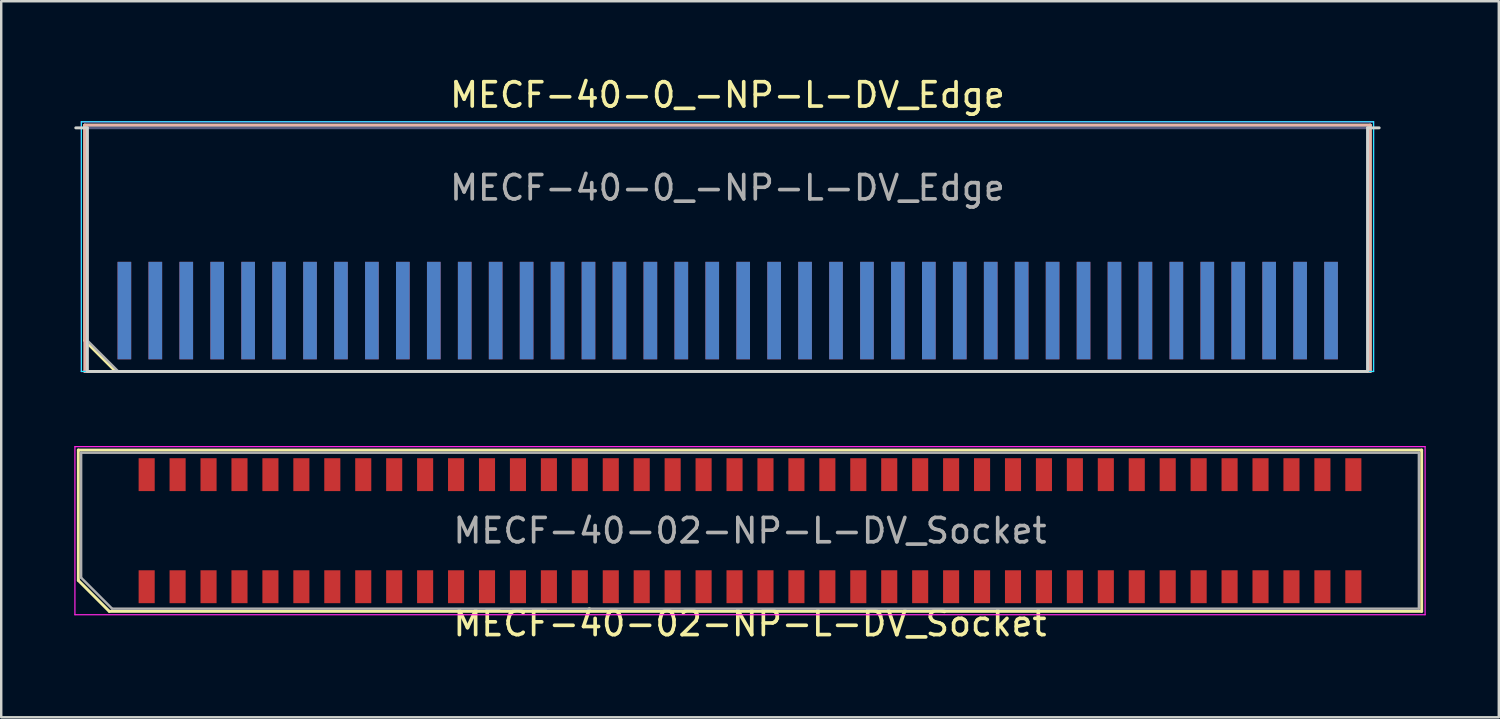
<source format=kicad_pcb>
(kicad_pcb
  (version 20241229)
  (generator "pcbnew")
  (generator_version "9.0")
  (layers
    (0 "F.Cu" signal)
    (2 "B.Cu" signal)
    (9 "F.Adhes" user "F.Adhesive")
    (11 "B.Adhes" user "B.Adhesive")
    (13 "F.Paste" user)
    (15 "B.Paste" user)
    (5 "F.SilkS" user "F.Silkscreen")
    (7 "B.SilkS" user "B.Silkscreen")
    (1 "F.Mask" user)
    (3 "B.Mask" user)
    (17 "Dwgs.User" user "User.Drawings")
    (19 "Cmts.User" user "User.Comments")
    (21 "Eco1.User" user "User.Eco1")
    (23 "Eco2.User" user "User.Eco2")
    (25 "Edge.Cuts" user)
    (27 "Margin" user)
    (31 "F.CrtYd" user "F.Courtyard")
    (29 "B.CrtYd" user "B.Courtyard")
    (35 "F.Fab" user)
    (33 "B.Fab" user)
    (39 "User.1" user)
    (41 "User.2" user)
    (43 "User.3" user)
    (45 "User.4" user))
  (footprint "MECF-40-02-NP-L-DV_Socket"
    (layer "F.Cu")
    (at 27.735 18.733)
    (property "Reference" "MECF-40-02-NP-L-DV_Socket" (at 0 3.81 0) (layer "F.SilkS") (effects (font (size 1 1) (thickness 0.15))))
    (attr smd)
    (fp_line (start -27.57 -3.31) (end 27.57 -3.31) (stroke (width 0.12) (type solid)) (layer "F.SilkS"))
    (fp_line (start -27.57 2.04) (end -27.57 -3.31) (stroke (width 0.12) (type solid)) (layer "F.SilkS"))
    (fp_line (start -26.3 3.31) (end -27.57 2.04) (stroke (width 0.12) (type solid)) (layer "F.SilkS"))
    (fp_line (start -26.3 3.31) (end 27.57 3.31) (stroke (width 0.12) (type solid)) (layer "F.SilkS"))
    (fp_line (start 27.57 3.31) (end 27.57 -3.31) (stroke (width 0.12) (type solid)) (layer "F.SilkS"))
    (fp_line (start -27.71 -3.45) (end -27.71 3.45) (stroke (width 0.05) (type solid)) (layer "F.CrtYd"))
    (fp_line (start -27.71 3.45) (end 27.71 3.45) (stroke (width 0.05) (type solid)) (layer "F.CrtYd"))
    (fp_line (start 27.71 -3.45) (end -27.71 -3.45) (stroke (width 0.05) (type solid)) (layer "F.CrtYd"))
    (fp_line (start 27.71 3.45) (end 27.71 -3.45) (stroke (width 0.05) (type solid)) (layer "F.CrtYd"))
    (fp_line (start -27.455 -3.2) (end 27.455 -3.2) (stroke (width 0.1) (type solid)) (layer "F.Fab"))
    (fp_line (start -27.455 1.93) (end -27.455 -3.2) (stroke (width 0.1) (type solid)) (layer "F.Fab"))
    (fp_line (start -27.455 1.93) (end -26.185 3.2) (stroke (width 0.1) (type solid)) (layer "F.Fab"))
    (fp_line (start -26.185 3.2) (end 27.455 3.2) (stroke (width 0.1) (type solid)) (layer "F.Fab"))
    (fp_line (start 27.455 3.2) (end 27.455 -3.2) (stroke (width 0.1) (type solid)) (layer "F.Fab"))
    (fp_text user "${REFERENCE}" (at 0 0 0) (layer "F.Fab") (effects (font (size 1 1) (thickness 0.15))))
    (pad "" np_thru_hole circle (at -26.545 0) (size 0.001 0.001) (drill 1.45) (layers "*.Cu" "*.Mask"))
    (pad "" np_thru_hole circle (at 26.545 1) (size 0.001 0.001) (drill 1.45) (layers "*.Cu" "*.Mask"))
    (pad "1" smd rect (at -24.765 2.3) (size 0.66 1.35) (layers "F.Cu" "F.Mask" "F.Paste"))
    (pad "2" smd rect (at -24.765 -2.3) (size 0.66 1.35) (layers "F.Cu" "F.Mask" "F.Paste"))
    (pad "3" smd rect (at -23.495 2.3) (size 0.66 1.35) (layers "F.Cu" "F.Mask" "F.Paste"))
    (pad "4" smd rect (at -23.495 -2.3) (size 0.66 1.35) (layers "F.Cu" "F.Mask" "F.Paste"))
    (pad "5" smd rect (at -22.225 2.3) (size 0.66 1.35) (layers "F.Cu" "F.Mask" "F.Paste"))
    (pad "6" smd rect (at -22.225 -2.3) (size 0.66 1.35) (layers "F.Cu" "F.Mask" "F.Paste"))
    (pad "7" smd rect (at -20.955 2.3) (size 0.66 1.35) (layers "F.Cu" "F.Mask" "F.Paste"))
    (pad "8" smd rect (at -20.955 -2.3) (size 0.66 1.35) (layers "F.Cu" "F.Mask" "F.Paste"))
    (pad "9" smd rect (at -19.685 2.3) (size 0.66 1.35) (layers "F.Cu" "F.Mask" "F.Paste"))
    (pad "10" smd rect (at -19.685 -2.3) (size 0.66 1.35) (layers "F.Cu" "F.Mask" "F.Paste"))
    (pad "11" smd rect (at -18.415 2.3) (size 0.66 1.35) (layers "F.Cu" "F.Mask" "F.Paste"))
    (pad "12" smd rect (at -18.415 -2.3) (size 0.66 1.35) (layers "F.Cu" "F.Mask" "F.Paste"))
    (pad "13" smd rect (at -17.145 2.3) (size 0.66 1.35) (layers "F.Cu" "F.Mask" "F.Paste"))
    (pad "14" smd rect (at -17.145 -2.3) (size 0.66 1.35) (layers "F.Cu" "F.Mask" "F.Paste"))
    (pad "15" smd rect (at -15.875 2.3) (size 0.66 1.35) (layers "F.Cu" "F.Mask" "F.Paste"))
    (pad "16" smd rect (at -15.875 -2.3) (size 0.66 1.35) (layers "F.Cu" "F.Mask" "F.Paste"))
    (pad "17" smd rect (at -14.605 2.3) (size 0.66 1.35) (layers "F.Cu" "F.Mask" "F.Paste"))
    (pad "18" smd rect (at -14.605 -2.3) (size 0.66 1.35) (layers "F.Cu" "F.Mask" "F.Paste"))
    (pad "19" smd rect (at -13.335 2.3) (size 0.66 1.35) (layers "F.Cu" "F.Mask" "F.Paste"))
    (pad "20" smd rect (at -13.335 -2.3) (size 0.66 1.35) (layers "F.Cu" "F.Mask" "F.Paste"))
    (pad "21" smd rect (at -12.065 2.3) (size 0.66 1.35) (layers "F.Cu" "F.Mask" "F.Paste"))
    (pad "22" smd rect (at -12.065 -2.3) (size 0.66 1.35) (layers "F.Cu" "F.Mask" "F.Paste"))
    (pad "23" smd rect (at -10.795 2.3) (size 0.66 1.35) (layers "F.Cu" "F.Mask" "F.Paste"))
    (pad "24" smd rect (at -10.795 -2.3) (size 0.66 1.35) (layers "F.Cu" "F.Mask" "F.Paste"))
    (pad "25" smd rect (at -9.525 2.3) (size 0.66 1.35) (layers "F.Cu" "F.Mask" "F.Paste"))
    (pad "26" smd rect (at -9.525 -2.3) (size 0.66 1.35) (layers "F.Cu" "F.Mask" "F.Paste"))
    (pad "27" smd rect (at -8.255 2.3) (size 0.66 1.35) (layers "F.Cu" "F.Mask" "F.Paste"))
    (pad "28" smd rect (at -8.255 -2.3) (size 0.66 1.35) (layers "F.Cu" "F.Mask" "F.Paste"))
    (pad "29" smd rect (at -6.985 2.3) (size 0.66 1.35) (layers "F.Cu" "F.Mask" "F.Paste"))
    (pad "30" smd rect (at -6.985 -2.3) (size 0.66 1.35) (layers "F.Cu" "F.Mask" "F.Paste"))
    (pad "31" smd rect (at -5.715 2.3) (size 0.66 1.35) (layers "F.Cu" "F.Mask" "F.Paste"))
    (pad "32" smd rect (at -5.715 -2.3) (size 0.66 1.35) (layers "F.Cu" "F.Mask" "F.Paste"))
    (pad "33" smd rect (at -4.445 2.3) (size 0.66 1.35) (layers "F.Cu" "F.Mask" "F.Paste"))
    (pad "34" smd rect (at -4.445 -2.3) (size 0.66 1.35) (layers "F.Cu" "F.Mask" "F.Paste"))
    (pad "35" smd rect (at -3.175 2.3) (size 0.66 1.35) (layers "F.Cu" "F.Mask" "F.Paste"))
    (pad "36" smd rect (at -3.175 -2.3) (size 0.66 1.35) (layers "F.Cu" "F.Mask" "F.Paste"))
    (pad "37" smd rect (at -1.905 2.3) (size 0.66 1.35) (layers "F.Cu" "F.Mask" "F.Paste"))
    (pad "38" smd rect (at -1.905 -2.3) (size 0.66 1.35) (layers "F.Cu" "F.Mask" "F.Paste"))
    (pad "39" smd rect (at -0.635 2.3) (size 0.66 1.35) (layers "F.Cu" "F.Mask" "F.Paste"))
    (pad "40" smd rect (at -0.635 -2.3) (size 0.66 1.35) (layers "F.Cu" "F.Mask" "F.Paste"))
    (pad "41" smd rect (at 0.635 2.3) (size 0.66 1.35) (layers "F.Cu" "F.Mask" "F.Paste"))
    (pad "42" smd rect (at 0.635 -2.3) (size 0.66 1.35) (layers "F.Cu" "F.Mask" "F.Paste"))
    (pad "43" smd rect (at 1.905 2.3) (size 0.66 1.35) (layers "F.Cu" "F.Mask" "F.Paste"))
    (pad "44" smd rect (at 1.905 -2.3) (size 0.66 1.35) (layers "F.Cu" "F.Mask" "F.Paste"))
    (pad "45" smd rect (at 3.175 2.3) (size 0.66 1.35) (layers "F.Cu" "F.Mask" "F.Paste"))
    (pad "46" smd rect (at 3.175 -2.3) (size 0.66 1.35) (layers "F.Cu" "F.Mask" "F.Paste"))
    (pad "47" smd rect (at 4.445 2.3) (size 0.66 1.35) (layers "F.Cu" "F.Mask" "F.Paste"))
    (pad "48" smd rect (at 4.445 -2.3) (size 0.66 1.35) (layers "F.Cu" "F.Mask" "F.Paste"))
    (pad "49" smd rect (at 5.715 2.3) (size 0.66 1.35) (layers "F.Cu" "F.Mask" "F.Paste"))
    (pad "50" smd rect (at 5.715 -2.3) (size 0.66 1.35) (layers "F.Cu" "F.Mask" "F.Paste"))
    (pad "51" smd rect (at 6.985 2.3) (size 0.66 1.35) (layers "F.Cu" "F.Mask" "F.Paste"))
    (pad "52" smd rect (at 6.985 -2.3) (size 0.66 1.35) (layers "F.Cu" "F.Mask" "F.Paste"))
    (pad "53" smd rect (at 8.255 2.3) (size 0.66 1.35) (layers "F.Cu" "F.Mask" "F.Paste"))
    (pad "54" smd rect (at 8.255 -2.3) (size 0.66 1.35) (layers "F.Cu" "F.Mask" "F.Paste"))
    (pad "55" smd rect (at 9.525 2.3) (size 0.66 1.35) (layers "F.Cu" "F.Mask" "F.Paste"))
    (pad "56" smd rect (at 9.525 -2.3) (size 0.66 1.35) (layers "F.Cu" "F.Mask" "F.Paste"))
    (pad "57" smd rect (at 10.795 2.3) (size 0.66 1.35) (layers "F.Cu" "F.Mask" "F.Paste"))
    (pad "58" smd rect (at 10.795 -2.3) (size 0.66 1.35) (layers "F.Cu" "F.Mask" "F.Paste"))
    (pad "59" smd rect (at 12.065 2.3) (size 0.66 1.35) (layers "F.Cu" "F.Mask" "F.Paste"))
    (pad "60" smd rect (at 12.065 -2.3) (size 0.66 1.35) (layers "F.Cu" "F.Mask" "F.Paste"))
    (pad "61" smd rect (at 13.335 2.3) (size 0.66 1.35) (layers "F.Cu" "F.Mask" "F.Paste"))
    (pad "62" smd rect (at 13.335 -2.3) (size 0.66 1.35) (layers "F.Cu" "F.Mask" "F.Paste"))
    (pad "63" smd rect (at 14.605 2.3) (size 0.66 1.35) (layers "F.Cu" "F.Mask" "F.Paste"))
    (pad "64" smd rect (at 14.605 -2.3) (size 0.66 1.35) (layers "F.Cu" "F.Mask" "F.Paste"))
    (pad "65" smd rect (at 15.875 2.3) (size 0.66 1.35) (layers "F.Cu" "F.Mask" "F.Paste"))
    (pad "66" smd rect (at 15.875 -2.3) (size 0.66 1.35) (layers "F.Cu" "F.Mask" "F.Paste"))
    (pad "67" smd rect (at 17.145 2.3) (size 0.66 1.35) (layers "F.Cu" "F.Mask" "F.Paste"))
    (pad "68" smd rect (at 17.145 -2.3) (size 0.66 1.35) (layers "F.Cu" "F.Mask" "F.Paste"))
    (pad "69" smd rect (at 18.415 2.3) (size 0.66 1.35) (layers "F.Cu" "F.Mask" "F.Paste"))
    (pad "70" smd rect (at 18.415 -2.3) (size 0.66 1.35) (layers "F.Cu" "F.Mask" "F.Paste"))
    (pad "71" smd rect (at 19.685 2.3) (size 0.66 1.35) (layers "F.Cu" "F.Mask" "F.Paste"))
    (pad "72" smd rect (at 19.685 -2.3) (size 0.66 1.35) (layers "F.Cu" "F.Mask" "F.Paste"))
    (pad "73" smd rect (at 20.955 2.3) (size 0.66 1.35) (layers "F.Cu" "F.Mask" "F.Paste"))
    (pad "74" smd rect (at 20.955 -2.3) (size 0.66 1.35) (layers "F.Cu" "F.Mask" "F.Paste"))
    (pad "75" smd rect (at 22.225 2.3) (size 0.66 1.35) (layers "F.Cu" "F.Mask" "F.Paste"))
    (pad "76" smd rect (at 22.225 -2.3) (size 0.66 1.35) (layers "F.Cu" "F.Mask" "F.Paste"))
    (pad "77" smd rect (at 23.495 2.3) (size 0.66 1.35) (layers "F.Cu" "F.Mask" "F.Paste"))
    (pad "78" smd rect (at 23.495 -2.3) (size 0.66 1.35) (layers "F.Cu" "F.Mask" "F.Paste"))
    (pad "79" smd rect (at 24.765 2.3) (size 0.66 1.35) (layers "F.Cu" "F.Mask" "F.Paste"))
    (pad "80" smd rect (at 24.765 -2.3) (size 0.66 1.35) (layers "F.Cu" "F.Mask" "F.Paste")))
  (footprint "MECF-40-0_-NP-L-DV_Edge"
    (layer "F.Cu")
    (at 26.81 7.198)
    (property "Reference" "MECF-40-0_-NP-L-DV_Edge" (at 0 -6.35 0) (layer "F.SilkS") (effects (font (size 1 1) (thickness 0.15))))
    (attr exclude_from_pos_files exclude_from_bom)
    (fp_line (start -26.38 -5.11) (end 26.38 -5.11) (stroke (width 0.12) (type solid)) (layer "F.SilkS"))
    (fp_line (start -26.38 3.73) (end -26.38 -5.11) (stroke (width 0.12) (type solid)) (layer "F.SilkS"))
    (fp_line (start -25.11 5) (end -26.38 3.73) (stroke (width 0.12) (type solid)) (layer "F.SilkS"))
    (fp_line (start -25.11 5) (end 26.38 5) (stroke (width 0.12) (type solid)) (layer "F.SilkS"))
    (fp_line (start 26.38 5) (end 26.38 -5.11) (stroke (width 0.12) (type solid)) (layer "F.SilkS"))
    (fp_line (start -26.38 -5.11) (end 26.38 -5.11) (stroke (width 0.12) (type solid)) (layer "B.SilkS"))
    (fp_line (start -26.38 5) (end -26.38 -5.11) (stroke (width 0.12) (type solid)) (layer "B.SilkS"))
    (fp_line (start -26.38 5) (end 26.38 5) (stroke (width 0.12) (type solid)) (layer "B.SilkS"))
    (fp_line (start 26.38 5) (end 26.38 -5.11) (stroke (width 0.12) (type solid)) (layer "B.SilkS"))
    (fp_line (start -26.75 -5) (end -26.275 -5) (stroke (width 0.12) (type solid)) (layer "Edge.Cuts"))
    (fp_line (start -26.275 5) (end -26.275 -5) (stroke (width 0.12) (type solid)) (layer "Edge.Cuts"))
    (fp_line (start -26.275 5) (end 26.275 5) (stroke (width 0.12) (type solid)) (layer "Edge.Cuts"))
    (fp_line (start 26.275 5) (end 26.275 -5) (stroke (width 0.12) (type solid)) (layer "Edge.Cuts"))
    (fp_line (start 26.75 -5) (end 26.275 -5) (stroke (width 0.12) (type solid)) (layer "Edge.Cuts"))
    (fp_line (start -26.52 -5.25) (end -26.52 5) (stroke (width 0.05) (type solid)) (layer "B.CrtYd"))
    (fp_line (start -26.52 5) (end 26.52 5) (stroke (width 0.05) (type solid)) (layer "B.CrtYd"))
    (fp_line (start 26.52 -5.25) (end -26.52 -5.25) (stroke (width 0.05) (type solid)) (layer "B.CrtYd"))
    (fp_line (start 26.52 5) (end 26.52 -5.25) (stroke (width 0.05) (type solid)) (layer "B.CrtYd"))
    (fp_line (start -26.52 -5.25) (end -26.52 5) (stroke (width 0.05) (type solid)) (layer "F.CrtYd"))
    (fp_line (start -26.52 5) (end 26.52 5) (stroke (width 0.05) (type solid)) (layer "F.CrtYd"))
    (fp_line (start 26.52 -5.25) (end -26.52 -5.25) (stroke (width 0.05) (type solid)) (layer "F.CrtYd"))
    (fp_line (start 26.52 5) (end 26.52 -5.25) (stroke (width 0.05) (type solid)) (layer "F.CrtYd"))
    (fp_line (start -26.275 -5) (end 26.275 -5) (stroke (width 0.1) (type solid)) (layer "B.Fab"))
    (fp_line (start -26.275 5) (end -26.275 -5) (stroke (width 0.1) (type solid)) (layer "B.Fab"))
    (fp_line (start -26.275 5) (end 26.275 5) (stroke (width 0.1) (type solid)) (layer "B.Fab"))
    (fp_line (start 26.275 5) (end 26.275 -5) (stroke (width 0.1) (type solid)) (layer "B.Fab"))
    (fp_line (start -26.275 -5) (end 26.275 -5) (stroke (width 0.1) (type solid)) (layer "F.Fab"))
    (fp_line (start -26.275 3.73) (end -26.275 -5) (stroke (width 0.1) (type solid)) (layer "F.Fab"))
    (fp_line (start -26.275 3.73) (end -25.005 5) (stroke (width 0.1) (type solid)) (layer "F.Fab"))
    (fp_line (start -25.005 5) (end 26.275 5) (stroke (width 0.1) (type solid)) (layer "F.Fab"))
    (fp_line (start 26.275 5) (end 26.275 -5) (stroke (width 0.1) (type solid)) (layer "F.Fab"))
    (fp_text user "${REFERENCE}" (at 0 -2.54 0) (layer "F.Fab") (effects (font (size 1 1) (thickness 0.15))))
    (pad "1" smd rect (at -24.755 2.5) (size 0.56 4) (layers "F.Cu" "F.Mask" "F.Paste"))
    (pad "2" smd rect (at -24.755 2.5) (size 0.56 4) (layers "B.Cu" "B.Mask" "B.Paste"))
    (pad "3" smd rect (at -23.485 2.5) (size 0.56 4) (layers "F.Cu" "F.Mask" "F.Paste"))
    (pad "4" smd rect (at -23.485 2.5) (size 0.56 4) (layers "B.Cu" "B.Mask" "B.Paste"))
    (pad "5" smd rect (at -22.215 2.5) (size 0.56 4) (layers "F.Cu" "F.Mask" "F.Paste"))
    (pad "6" smd rect (at -22.215 2.5) (size 0.56 4) (layers "B.Cu" "B.Mask" "B.Paste"))
    (pad "7" smd rect (at -20.945 2.5) (size 0.56 4) (layers "F.Cu" "F.Mask" "F.Paste"))
    (pad "8" smd rect (at -20.945 2.5) (size 0.56 4) (layers "B.Cu" "B.Mask" "B.Paste"))
    (pad "9" smd rect (at -19.675 2.5) (size 0.56 4) (layers "F.Cu" "F.Mask" "F.Paste"))
    (pad "10" smd rect (at -19.675 2.5) (size 0.56 4) (layers "B.Cu" "B.Mask" "B.Paste"))
    (pad "11" smd rect (at -18.405 2.5) (size 0.56 4) (layers "F.Cu" "F.Mask" "F.Paste"))
    (pad "12" smd rect (at -18.405 2.5) (size 0.56 4) (layers "B.Cu" "B.Mask" "B.Paste"))
    (pad "13" smd rect (at -17.135 2.5) (size 0.56 4) (layers "F.Cu" "F.Mask" "F.Paste"))
    (pad "14" smd rect (at -17.135 2.5) (size 0.56 4) (layers "B.Cu" "B.Mask" "B.Paste"))
    (pad "15" smd rect (at -15.865 2.5) (size 0.56 4) (layers "F.Cu" "F.Mask" "F.Paste"))
    (pad "16" smd rect (at -15.865 2.5) (size 0.56 4) (layers "B.Cu" "B.Mask" "B.Paste"))
    (pad "17" smd rect (at -14.595 2.5) (size 0.56 4) (layers "F.Cu" "F.Mask" "F.Paste"))
    (pad "18" smd rect (at -14.595 2.5) (size 0.56 4) (layers "B.Cu" "B.Mask" "B.Paste"))
    (pad "19" smd rect (at -13.325 2.5) (size 0.56 4) (layers "F.Cu" "F.Mask" "F.Paste"))
    (pad "20" smd rect (at -13.325 2.5) (size 0.56 4) (layers "B.Cu" "B.Mask" "B.Paste"))
    (pad "21" smd rect (at -12.055 2.5) (size 0.56 4) (layers "F.Cu" "F.Mask" "F.Paste"))
    (pad "22" smd rect (at -12.055 2.5) (size 0.56 4) (layers "B.Cu" "B.Mask" "B.Paste"))
    (pad "23" smd rect (at -10.785 2.5) (size 0.56 4) (layers "F.Cu" "F.Mask" "F.Paste"))
    (pad "24" smd rect (at -10.785 2.5) (size 0.56 4) (layers "B.Cu" "B.Mask" "B.Paste"))
    (pad "25" smd rect (at -9.515 2.5) (size 0.56 4) (layers "F.Cu" "F.Mask" "F.Paste"))
    (pad "26" smd rect (at -9.515 2.5) (size 0.56 4) (layers "B.Cu" "B.Mask" "B.Paste"))
    (pad "27" smd rect (at -8.245 2.5) (size 0.56 4) (layers "F.Cu" "F.Mask" "F.Paste"))
    (pad "28" smd rect (at -8.245 2.5) (size 0.56 4) (layers "B.Cu" "B.Mask" "B.Paste"))
    (pad "29" smd rect (at -6.975 2.5) (size 0.56 4) (layers "F.Cu" "F.Mask" "F.Paste"))
    (pad "30" smd rect (at -6.975 2.5) (size 0.56 4) (layers "B.Cu" "B.Mask" "B.Paste"))
    (pad "31" smd rect (at -5.705 2.5) (size 0.56 4) (layers "F.Cu" "F.Mask" "F.Paste"))
    (pad "32" smd rect (at -5.705 2.5) (size 0.56 4) (layers "B.Cu" "B.Mask" "B.Paste"))
    (pad "33" smd rect (at -4.435 2.5) (size 0.56 4) (layers "F.Cu" "F.Mask" "F.Paste"))
    (pad "34" smd rect (at -4.435 2.5) (size 0.56 4) (layers "B.Cu" "B.Mask" "B.Paste"))
    (pad "35" smd rect (at -3.165 2.5) (size 0.56 4) (layers "F.Cu" "F.Mask" "F.Paste"))
    (pad "36" smd rect (at -3.165 2.5) (size 0.56 4) (layers "B.Cu" "B.Mask" "B.Paste"))
    (pad "37" smd rect (at -1.895 2.5) (size 0.56 4) (layers "F.Cu" "F.Mask" "F.Paste"))
    (pad "38" smd rect (at -1.895 2.5) (size 0.56 4) (layers "B.Cu" "B.Mask" "B.Paste"))
    (pad "39" smd rect (at -0.625 2.5) (size 0.56 4) (layers "F.Cu" "F.Mask" "F.Paste"))
    (pad "40" smd rect (at -0.625 2.5) (size 0.56 4) (layers "B.Cu" "B.Mask" "B.Paste"))
    (pad "41" smd rect (at 0.645 2.5) (size 0.56 4) (layers "F.Cu" "F.Mask" "F.Paste"))
    (pad "42" smd rect (at 0.645 2.5) (size 0.56 4) (layers "B.Cu" "B.Mask" "B.Paste"))
    (pad "43" smd rect (at 1.915 2.5) (size 0.56 4) (layers "F.Cu" "F.Mask" "F.Paste"))
    (pad "44" smd rect (at 1.915 2.5) (size 0.56 4) (layers "B.Cu" "B.Mask" "B.Paste"))
    (pad "45" smd rect (at 3.185 2.5) (size 0.56 4) (layers "F.Cu" "F.Mask" "F.Paste"))
    (pad "46" smd rect (at 3.185 2.5) (size 0.56 4) (layers "B.Cu" "B.Mask" "B.Paste"))
    (pad "47" smd rect (at 4.455 2.5) (size 0.56 4) (layers "F.Cu" "F.Mask" "F.Paste"))
    (pad "48" smd rect (at 4.455 2.5) (size 0.56 4) (layers "B.Cu" "B.Mask" "B.Paste"))
    (pad "49" smd rect (at 5.725 2.5) (size 0.56 4) (layers "F.Cu" "F.Mask" "F.Paste"))
    (pad "50" smd rect (at 5.725 2.5) (size 0.56 4) (layers "B.Cu" "B.Mask" "B.Paste"))
    (pad "51" smd rect (at 6.995 2.5) (size 0.56 4) (layers "F.Cu" "F.Mask" "F.Paste"))
    (pad "52" smd rect (at 6.995 2.5) (size 0.56 4) (layers "B.Cu" "B.Mask" "B.Paste"))
    (pad "53" smd rect (at 8.265 2.5) (size 0.56 4) (layers "F.Cu" "F.Mask" "F.Paste"))
    (pad "54" smd rect (at 8.265 2.5) (size 0.56 4) (layers "B.Cu" "B.Mask" "B.Paste"))
    (pad "55" smd rect (at 9.535 2.5) (size 0.56 4) (layers "F.Cu" "F.Mask" "F.Paste"))
    (pad "56" smd rect (at 9.535 2.5) (size 0.56 4) (layers "B.Cu" "B.Mask" "B.Paste"))
    (pad "57" smd rect (at 10.805 2.5) (size 0.56 4) (layers "F.Cu" "F.Mask" "F.Paste"))
    (pad "58" smd rect (at 10.805 2.5) (size 0.56 4) (layers "B.Cu" "B.Mask" "B.Paste"))
    (pad "59" smd rect (at 12.075 2.5) (size 0.56 4) (layers "F.Cu" "F.Mask" "F.Paste"))
    (pad "60" smd rect (at 12.075 2.5) (size 0.56 4) (layers "B.Cu" "B.Mask" "B.Paste"))
    (pad "61" smd rect (at 13.345 2.5) (size 0.56 4) (layers "F.Cu" "F.Mask" "F.Paste"))
    (pad "62" smd rect (at 13.345 2.5) (size 0.56 4) (layers "B.Cu" "B.Mask" "B.Paste"))
    (pad "63" smd rect (at 14.615 2.5) (size 0.56 4) (layers "F.Cu" "F.Mask" "F.Paste"))
    (pad "64" smd rect (at 14.615 2.5) (size 0.56 4) (layers "B.Cu" "B.Mask" "B.Paste"))
    (pad "65" smd rect (at 15.885 2.5) (size 0.56 4) (layers "F.Cu" "F.Mask" "F.Paste"))
    (pad "66" smd rect (at 15.885 2.5) (size 0.56 4) (layers "B.Cu" "B.Mask" "B.Paste"))
    (pad "67" smd rect (at 17.155 2.5) (size 0.56 4) (layers "F.Cu" "F.Mask" "F.Paste"))
    (pad "68" smd rect (at 17.155 2.5) (size 0.56 4) (layers "B.Cu" "B.Mask" "B.Paste"))
    (pad "69" smd rect (at 18.425 2.5) (size 0.56 4) (layers "F.Cu" "F.Mask" "F.Paste"))
    (pad "70" smd rect (at 18.425 2.5) (size 0.56 4) (layers "B.Cu" "B.Mask" "B.Paste"))
    (pad "71" smd rect (at 19.695 2.5) (size 0.56 4) (layers "F.Cu" "F.Mask" "F.Paste"))
    (pad "72" smd rect (at 19.695 2.5) (size 0.56 4) (layers "B.Cu" "B.Mask" "B.Paste"))
    (pad "73" smd rect (at 20.965 2.5) (size 0.56 4) (layers "F.Cu" "F.Mask" "F.Paste"))
    (pad "74" smd rect (at 20.965 2.5) (size 0.56 4) (layers "B.Cu" "B.Mask" "B.Paste"))
    (pad "75" smd rect (at 22.235 2.5) (size 0.56 4) (layers "F.Cu" "F.Mask" "F.Paste"))
    (pad "76" smd rect (at 22.235 2.5) (size 0.56 4) (layers "B.Cu" "B.Mask" "B.Paste"))
    (pad "77" smd rect (at 23.505 2.5) (size 0.56 4) (layers "F.Cu" "F.Mask" "F.Paste"))
    (pad "78" smd rect (at 23.505 2.5) (size 0.56 4) (layers "B.Cu" "B.Mask" "B.Paste"))
    (pad "79" smd rect (at 24.775 2.5) (size 0.56 4) (layers "F.Cu" "F.Mask" "F.Paste"))
    (pad "80" smd rect (at 24.775 2.5) (size 0.56 4) (layers "B.Cu" "B.Mask" "B.Paste")))
  (gr_rect
    (start -3 -3)
    (end 58.47 26.392)
    (stroke (width 0.1) (type default))
    (fill no)
    (layer "Edge.Cuts")))
</source>
